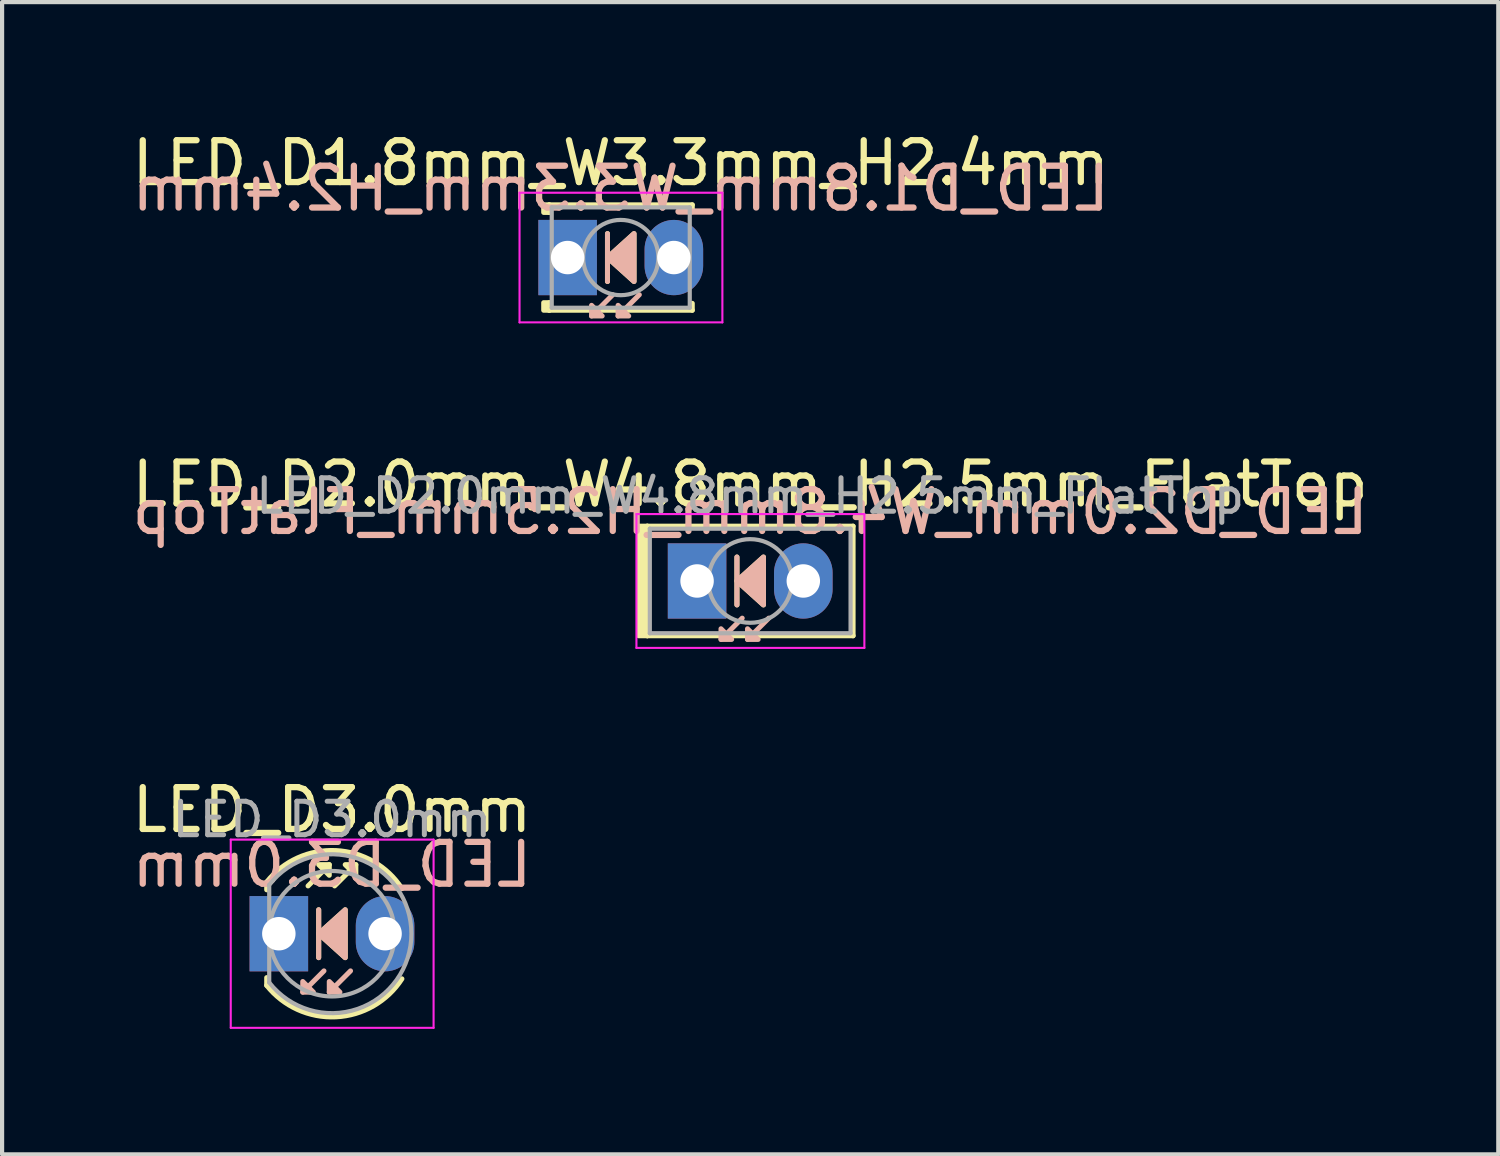
<source format=kicad_pcb>
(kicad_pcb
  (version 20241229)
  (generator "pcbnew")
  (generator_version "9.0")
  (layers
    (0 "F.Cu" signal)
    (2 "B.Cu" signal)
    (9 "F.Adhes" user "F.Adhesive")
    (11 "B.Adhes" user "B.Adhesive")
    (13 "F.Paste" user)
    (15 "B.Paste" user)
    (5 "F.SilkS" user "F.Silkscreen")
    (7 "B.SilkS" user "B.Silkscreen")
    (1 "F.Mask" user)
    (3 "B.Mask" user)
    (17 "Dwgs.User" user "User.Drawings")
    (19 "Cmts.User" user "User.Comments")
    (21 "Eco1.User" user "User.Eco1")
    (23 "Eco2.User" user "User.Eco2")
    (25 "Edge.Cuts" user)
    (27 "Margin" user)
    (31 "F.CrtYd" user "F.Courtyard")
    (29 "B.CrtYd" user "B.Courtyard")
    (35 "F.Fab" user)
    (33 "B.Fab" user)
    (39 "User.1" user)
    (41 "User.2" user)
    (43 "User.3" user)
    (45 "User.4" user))
  (footprint "LED_D1.8mm_W3.3mm_H2.4mm"
    (layer "F.Cu")
    (at 10.522 3.108)
    (property "Reference" "LED_D1.8mm_W3.3mm_H2.4mm" (at 1.27 -2.26 0) (layer "F.SilkS") (effects (font (size 1 1) (thickness 0.15))))
    (fp_line (start -0.44 -1.26) (end -0.44 -1.08) (stroke (width 0.12) (type solid)) (layer "F.SilkS"))
    (fp_line (start -0.44 -1.26) (end 2.98 -1.26) (stroke (width 0.12) (type solid)) (layer "F.SilkS"))
    (fp_line (start -0.44 1.08) (end -0.44 1.26) (stroke (width 0.12) (type solid)) (layer "F.SilkS"))
    (fp_line (start -0.44 1.26) (end 2.98 1.26) (stroke (width 0.12) (type solid)) (layer "F.SilkS"))
    (fp_line (start 0.953 -0.572) (end 0.953 0.572) (stroke (width 0.12) (type solid)) (layer "F.SilkS"))
    (fp_line (start 2.98 -1.26) (end 2.98 -1.095) (stroke (width 0.12) (type solid)) (layer "F.SilkS"))
    (fp_line (start 2.98 1.095) (end 2.98 1.26) (stroke (width 0.12) (type solid)) (layer "F.SilkS"))
    (fp_rect (start -0.572 -1.26) (end -0.44 -1.079) (stroke (width 0.12) (type solid)) (fill yes) (layer "F.SilkS"))
    (fp_rect (start -0.572 1.079) (end -0.44 1.26) (stroke (width 0.12) (type solid)) (fill yes) (layer "F.SilkS"))
    (fp_poly (pts (xy 1.587 0.572) (xy 0.953 0) (xy 1.587 -0.572)) (stroke (width 0.12) (type solid)) (fill yes) (layer "F.SilkS"))
    (fp_line (start 0.953 -0.572) (end 0.953 0.572) (stroke (width 0.12) (type solid)) (layer "B.SilkS"))
    (fp_line (start 1.079 0.889) (end 0.572 1.397) (stroke (width 0.12) (type solid)) (layer "B.SilkS"))
    (fp_line (start 1.714 0.889) (end 1.206 1.397) (stroke (width 0.12) (type solid)) (layer "B.SilkS"))
    (fp_poly (pts (xy 0.572 1.143) (xy 0.826 1.397) (xy 0.572 1.397)) (stroke (width 0.12) (type solid)) (fill yes) (layer "B.SilkS"))
    (fp_poly (pts (xy 1.206 1.143) (xy 1.46 1.397) (xy 1.206 1.397)) (stroke (width 0.12) (type solid)) (fill yes) (layer "B.SilkS"))
    (fp_poly (pts (xy 1.587 0.572) (xy 0.953 0) (xy 1.587 -0.572)) (stroke (width 0.12) (type solid)) (fill yes) (layer "B.SilkS"))
    (fp_line (start -1.15 -1.55) (end -1.15 1.55) (stroke (width 0.05) (type solid)) (layer "F.CrtYd"))
    (fp_line (start -1.15 1.55) (end 3.7 1.55) (stroke (width 0.05) (type solid)) (layer "F.CrtYd"))
    (fp_line (start 3.7 -1.55) (end -1.15 -1.55) (stroke (width 0.05) (type solid)) (layer "F.CrtYd"))
    (fp_line (start 3.7 1.55) (end 3.7 -1.55) (stroke (width 0.05) (type solid)) (layer "F.CrtYd"))
    (fp_line (start -0.38 -1.2) (end -0.38 1.2) (stroke (width 0.1) (type solid)) (layer "F.Fab"))
    (fp_line (start -0.38 1.2) (end 2.92 1.2) (stroke (width 0.1) (type solid)) (layer "F.Fab"))
    (fp_line (start 2.92 -1.2) (end -0.38 -1.2) (stroke (width 0.1) (type solid)) (layer "F.Fab"))
    (fp_line (start 2.92 1.2) (end 2.92 -1.2) (stroke (width 0.1) (type solid)) (layer "F.Fab"))
    (fp_circle (center 1.27 0) (end 2.17 0) (stroke (width 0.1) (type solid)) (fill no) (layer "F.Fab"))
    (fp_text user "${REFERENCE}" (at 1.27 -1.651 0) (layer "B.SilkS") (effects (font (size 1 1) (thickness 0.15)) (justify mirror)))
    (pad "1" thru_hole rect (at 0 0) (size 1.4 1.8) (drill 0.8) (layers "*.Cu" "*.Mask"))
    (pad "2" thru_hole oval (at 2.54 0) (size 1.4 1.8) (drill 0.8) (layers "*.Cu" "*.Mask")))
  (footprint "LED_D2.0mm_W4.8mm_H2.5mm_FlatTop"
    (layer "F.Cu")
    (at 13.617 10.841)
    (property "Reference" "LED_D2.0mm_W4.8mm_H2.5mm_FlatTop" (at 1.27 -2.31 0) (layer "F.SilkS") (effects (font (size 1 1) (thickness 0.15))))
    (fp_line (start -1.19 -1.31) (end -1.19 1.31) (stroke (width 0.12) (type solid)) (layer "F.SilkS"))
    (fp_line (start -1.19 -1.31) (end 3.73 -1.31) (stroke (width 0.12) (type solid)) (layer "F.SilkS"))
    (fp_line (start -1.19 1.31) (end 3.73 1.31) (stroke (width 0.12) (type solid)) (layer "F.SilkS"))
    (fp_line (start 0.953 -0.572) (end 0.953 0.572) (stroke (width 0.12) (type solid)) (layer "F.SilkS"))
    (fp_line (start 3.73 -1.31) (end 3.73 1.31) (stroke (width 0.12) (type solid)) (layer "F.SilkS"))
    (fp_rect (start -1.397 -1.31) (end -1.19 1.31) (stroke (width 0.12) (type solid)) (fill yes) (layer "F.SilkS"))
    (fp_poly (pts (xy 1.587 0.572) (xy 0.953 0) (xy 1.587 -0.572)) (stroke (width 0.12) (type solid)) (fill yes) (layer "F.SilkS"))
    (fp_line (start 0.953 -0.572) (end 0.953 0.572) (stroke (width 0.12) (type solid)) (layer "B.SilkS"))
    (fp_line (start 1.079 0.889) (end 0.572 1.397) (stroke (width 0.12) (type solid)) (layer "B.SilkS"))
    (fp_line (start 1.714 0.889) (end 1.206 1.397) (stroke (width 0.12) (type solid)) (layer "B.SilkS"))
    (fp_poly (pts (xy 0.572 1.143) (xy 0.826 1.397) (xy 0.572 1.397)) (stroke (width 0.12) (type solid)) (fill yes) (layer "B.SilkS"))
    (fp_poly (pts (xy 1.206 1.143) (xy 1.46 1.397) (xy 1.206 1.397)) (stroke (width 0.12) (type solid)) (fill yes) (layer "B.SilkS"))
    (fp_poly (pts (xy 1.587 0.572) (xy 0.953 0) (xy 1.587 -0.572)) (stroke (width 0.12) (type solid)) (fill yes) (layer "B.SilkS"))
    (fp_line (start -1.45 -1.6) (end -1.45 1.6) (stroke (width 0.05) (type solid)) (layer "F.CrtYd"))
    (fp_line (start -1.45 1.6) (end 4 1.6) (stroke (width 0.05) (type solid)) (layer "F.CrtYd"))
    (fp_line (start 4 -1.6) (end -1.45 -1.6) (stroke (width 0.05) (type solid)) (layer "F.CrtYd"))
    (fp_line (start 4 1.6) (end 4 -1.6) (stroke (width 0.05) (type solid)) (layer "F.CrtYd"))
    (fp_line (start -1.13 -1.25) (end -1.13 1.25) (stroke (width 0.1) (type solid)) (layer "F.Fab"))
    (fp_line (start -1.13 1.25) (end 3.67 1.25) (stroke (width 0.1) (type solid)) (layer "F.Fab"))
    (fp_line (start 3.67 -1.25) (end -1.13 -1.25) (stroke (width 0.1) (type solid)) (layer "F.Fab"))
    (fp_line (start 3.67 1.25) (end 3.67 -1.25) (stroke (width 0.1) (type solid)) (layer "F.Fab"))
    (fp_circle (center 1.27 0) (end 2.27 0) (stroke (width 0.1) (type solid)) (fill no) (layer "F.Fab"))
    (fp_text user "${REFERENCE}" (at 1.27 -1.651 0) (layer "B.SilkS") (effects (font (size 1 1) (thickness 0.15)) (justify mirror)))
    (fp_text user "${REFERENCE}" (at 1.27 -2.032 0) (layer "F.Fab") (effects (font (size 0.8 0.8) (thickness 0.12))))
    (pad "1" thru_hole rect (at 0 0) (size 1.4 1.8) (drill 0.8) (layers "*.Cu" "*.Mask"))
    (pad "2" thru_hole oval (at 2.54 0) (size 1.4 1.8) (drill 0.8) (layers "*.Cu" "*.Mask")))
  (footprint "LED_D3.0mm"
    (layer "F.Cu")
    (at 3.617 19.275)
    (property "Reference" "LED_D3.0mm" (at 1.27 -2.96 0) (layer "F.SilkS") (effects (font (size 1 1) (thickness 0.15))))
    (fp_line (start -0.29 -1.236) (end -0.29 -1.05) (stroke (width 0.12) (type solid)) (layer "F.SilkS"))
    (fp_line (start -0.29 1.05) (end -0.29 1.236) (stroke (width 0.12) (type solid)) (layer "F.SilkS"))
    (fp_line (start 0.699 -1.143) (end 1.206 -1.651) (stroke (width 0.12) (type solid)) (layer "F.SilkS"))
    (fp_line (start 0.953 -0.572) (end 0.953 0.572) (stroke (width 0.12) (type solid)) (layer "F.SilkS"))
    (fp_line (start 1.333 -1.143) (end 1.841 -1.651) (stroke (width 0.12) (type solid)) (layer "F.SilkS"))
    (fp_arc (start -0.29 -1.235516) (mid 1.366487 -1.987659) (end 2.942335 -1.078608) (stroke (width 0.12) (type solid)) (layer "F.SilkS"))
    (fp_arc (start 2.942335 1.078608) (mid 1.366487 1.987659) (end -0.29 1.235516) (stroke (width 0.12) (type solid)) (layer "F.SilkS"))
    (fp_poly (pts (xy 1.206 -1.397) (xy 0.953 -1.651) (xy 1.206 -1.651)) (stroke (width 0.12) (type solid)) (fill yes) (layer "F.SilkS"))
    (fp_poly (pts (xy 1.587 0.572) (xy 0.953 0) (xy 1.587 -0.572)) (stroke (width 0.12) (type solid)) (fill yes) (layer "F.SilkS"))
    (fp_poly (pts (xy 1.841 -1.397) (xy 1.587 -1.651) (xy 1.841 -1.651)) (stroke (width 0.12) (type solid)) (fill yes) (layer "F.SilkS"))
    (fp_line (start 0.953 -0.572) (end 0.953 0.572) (stroke (width 0.12) (type solid)) (layer "B.SilkS"))
    (fp_line (start 1.079 0.889) (end 0.572 1.397) (stroke (width 0.12) (type solid)) (layer "B.SilkS"))
    (fp_line (start 1.714 0.889) (end 1.206 1.397) (stroke (width 0.12) (type solid)) (layer "B.SilkS"))
    (fp_poly (pts (xy 0.572 1.143) (xy 0.826 1.397) (xy 0.572 1.397)) (stroke (width 0.12) (type solid)) (fill yes) (layer "B.SilkS"))
    (fp_poly (pts (xy 1.206 1.143) (xy 1.46 1.397) (xy 1.206 1.397)) (stroke (width 0.12) (type solid)) (fill yes) (layer "B.SilkS"))
    (fp_poly (pts (xy 1.587 0.572) (xy 0.953 0) (xy 1.587 -0.572)) (stroke (width 0.12) (type solid)) (fill yes) (layer "B.SilkS"))
    (fp_line (start -1.15 -2.25) (end -1.15 2.25) (stroke (width 0.05) (type solid)) (layer "F.CrtYd"))
    (fp_line (start -1.15 2.25) (end 3.7 2.25) (stroke (width 0.05) (type solid)) (layer "F.CrtYd"))
    (fp_line (start 3.7 -2.25) (end -1.15 -2.25) (stroke (width 0.05) (type solid)) (layer "F.CrtYd"))
    (fp_line (start 3.7 2.25) (end 3.7 -2.25) (stroke (width 0.05) (type solid)) (layer "F.CrtYd"))
    (fp_line (start -0.23 -1.166) (end -0.23 1.166) (stroke (width 0.1) (type solid)) (layer "F.Fab"))
    (fp_arc (start -0.23 -1.16619) (mid 3.17 0.000452) (end -0.230555 1.165476) (stroke (width 0.1) (type solid)) (layer "F.Fab"))
    (fp_circle (center 1.27 0) (end 2.77 0) (stroke (width 0.1) (type solid)) (fill no) (layer "F.Fab"))
    (fp_text user "${REFERENCE}" (at 1.27 -1.651 0) (layer "B.SilkS") (effects (font (size 1 1) (thickness 0.15)) (justify mirror)))
    (fp_text user "${REFERENCE}" (at 1.27 -2.731 0) (layer "F.Fab") (effects (font (size 0.8 0.8) (thickness 0.12))))
    (pad "1" thru_hole rect (at 0 0) (size 1.4 1.8) (drill 0.8) (layers "*.Cu" "*.Mask"))
    (pad "2" thru_hole oval (at 2.54 0) (size 1.4 1.8) (drill 0.8) (layers "*.Cu" "*.Mask")))
  (gr_rect
    (start -3 -3)
    (end 32.774 24.55)
    (stroke (width 0.1) (type default))
    (fill no)
    (layer "Edge.Cuts")))
</source>
